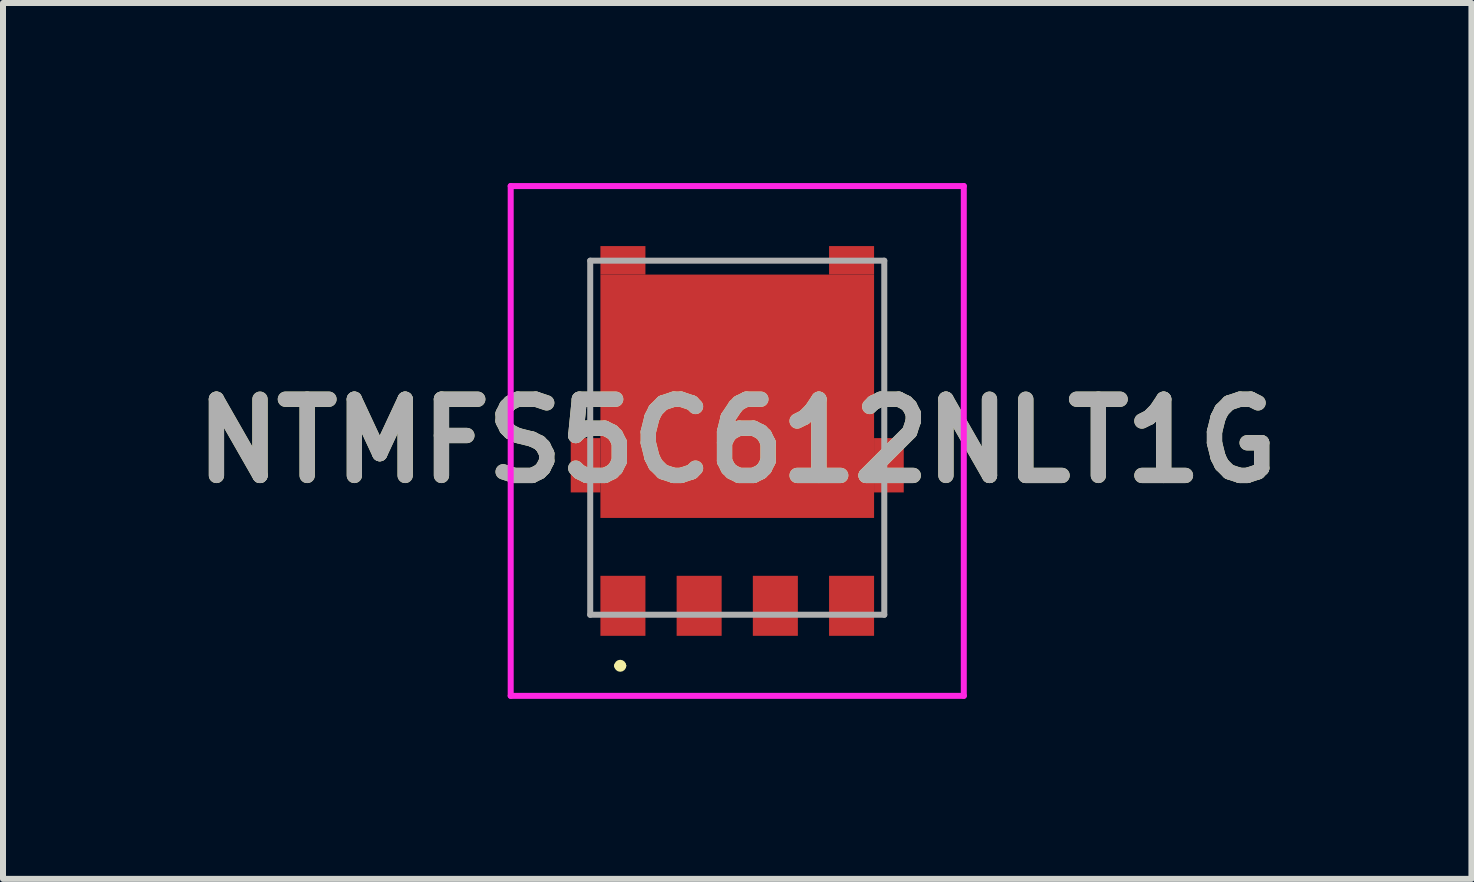
<source format=kicad_pcb>
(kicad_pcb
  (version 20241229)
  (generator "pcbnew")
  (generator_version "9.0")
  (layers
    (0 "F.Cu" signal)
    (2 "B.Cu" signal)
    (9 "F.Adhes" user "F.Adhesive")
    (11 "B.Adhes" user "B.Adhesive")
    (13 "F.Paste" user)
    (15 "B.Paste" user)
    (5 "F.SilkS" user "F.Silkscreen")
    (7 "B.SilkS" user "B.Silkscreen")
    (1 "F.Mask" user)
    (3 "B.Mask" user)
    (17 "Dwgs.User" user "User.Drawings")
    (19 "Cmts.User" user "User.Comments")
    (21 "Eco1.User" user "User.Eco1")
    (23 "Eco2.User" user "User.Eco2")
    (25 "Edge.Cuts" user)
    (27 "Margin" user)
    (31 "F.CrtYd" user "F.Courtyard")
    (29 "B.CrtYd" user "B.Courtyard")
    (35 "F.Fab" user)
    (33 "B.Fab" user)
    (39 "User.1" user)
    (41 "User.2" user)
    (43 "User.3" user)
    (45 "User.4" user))
  (footprint "NTMFS5C612NLT1G"
    (layer "F.Cu")
    (at 9.235 4.244)
    (property "Reference" "NTMFS5C612NLT1G" (at 0 0.054 0) (layer "F.SilkS") (effects (font (size 1.27 1.27) (thickness 0.254))))
    (attr smd)
    (fp_line (start -2 3.8) (end -2 3.8) (stroke (width 0.1) (type solid)) (layer "F.SilkS"))
    (fp_line (start -1.9 3.8) (end -1.9 3.8) (stroke (width 0.1) (type solid)) (layer "F.SilkS"))
    (fp_arc (start -2 3.8) (mid -1.95 3.75) (end -1.9 3.8) (stroke (width 0.1) (type solid)) (layer "F.SilkS"))
    (fp_arc (start -1.9 3.8) (mid -1.95 3.85) (end -2 3.8) (stroke (width 0.1) (type solid)) (layer "F.SilkS"))
    (fp_line (start -3.775 -4.194) (end 3.775 -4.194) (stroke (width 0.1) (type solid)) (layer "F.CrtYd"))
    (fp_line (start -3.775 4.301) (end -3.775 -4.194) (stroke (width 0.1) (type solid)) (layer "F.CrtYd"))
    (fp_line (start 3.775 -4.194) (end 3.775 4.301) (stroke (width 0.1) (type solid)) (layer "F.CrtYd"))
    (fp_line (start 3.775 4.301) (end -3.775 4.301) (stroke (width 0.1) (type solid)) (layer "F.CrtYd"))
    (fp_line (start -2.45 -2.95) (end 2.45 -2.95) (stroke (width 0.1) (type solid)) (layer "F.Fab"))
    (fp_line (start -2.45 2.95) (end -2.45 -2.95) (stroke (width 0.1) (type solid)) (layer "F.Fab"))
    (fp_line (start 2.45 -2.95) (end 2.45 2.95) (stroke (width 0.1) (type solid)) (layer "F.Fab"))
    (fp_line (start 2.45 2.95) (end -2.45 2.95) (stroke (width 0.1) (type solid)) (layer "F.Fab"))
    (fp_text user "${REFERENCE}" (at 0 0.054 0) (layer "F.Fab") (effects (font (size 1.27 1.27) (thickness 0.254))))
    (pad "1" smd rect (at -1.905 2.801) (size 0.75 1) (layers "F.Cu" "F.Mask" "F.Paste"))
    (pad "2" smd rect (at -0.635 2.801) (size 0.75 1) (layers "F.Cu" "F.Mask" "F.Paste"))
    (pad "3" smd rect (at 0.635 2.801) (size 0.75 1) (layers "F.Cu" "F.Mask" "F.Paste"))
    (pad "4" smd rect (at 1.905 2.801) (size 0.75 1) (layers "F.Cu" "F.Mask" "F.Paste"))
    (pad "5" smd rect (at 0 -0.691 90) (size 4.055 4.56) (layers "F.Cu" "F.Mask" "F.Paste"))
    (pad "6" smd rect (at 2.527 0.459) (size 0.495 0.905) (layers "F.Cu" "F.Mask" "F.Paste"))
    (pad "7" smd rect (at -2.527 0.459) (size 0.495 0.905) (layers "F.Cu" "F.Mask" "F.Paste"))
    (pad "8" smd rect (at 1.905 -2.956 90) (size 0.475 0.75) (layers "F.Cu" "F.Mask" "F.Paste"))
    (pad "9" smd rect (at -1.905 -2.956 90) (size 0.475 0.75) (layers "F.Cu" "F.Mask" "F.Paste")))
  (gr_rect
    (start -3 -3)
    (end 21.469 11.595)
    (stroke (width 0.1) (type default))
    (fill no)
    (layer "Edge.Cuts")))
</source>
